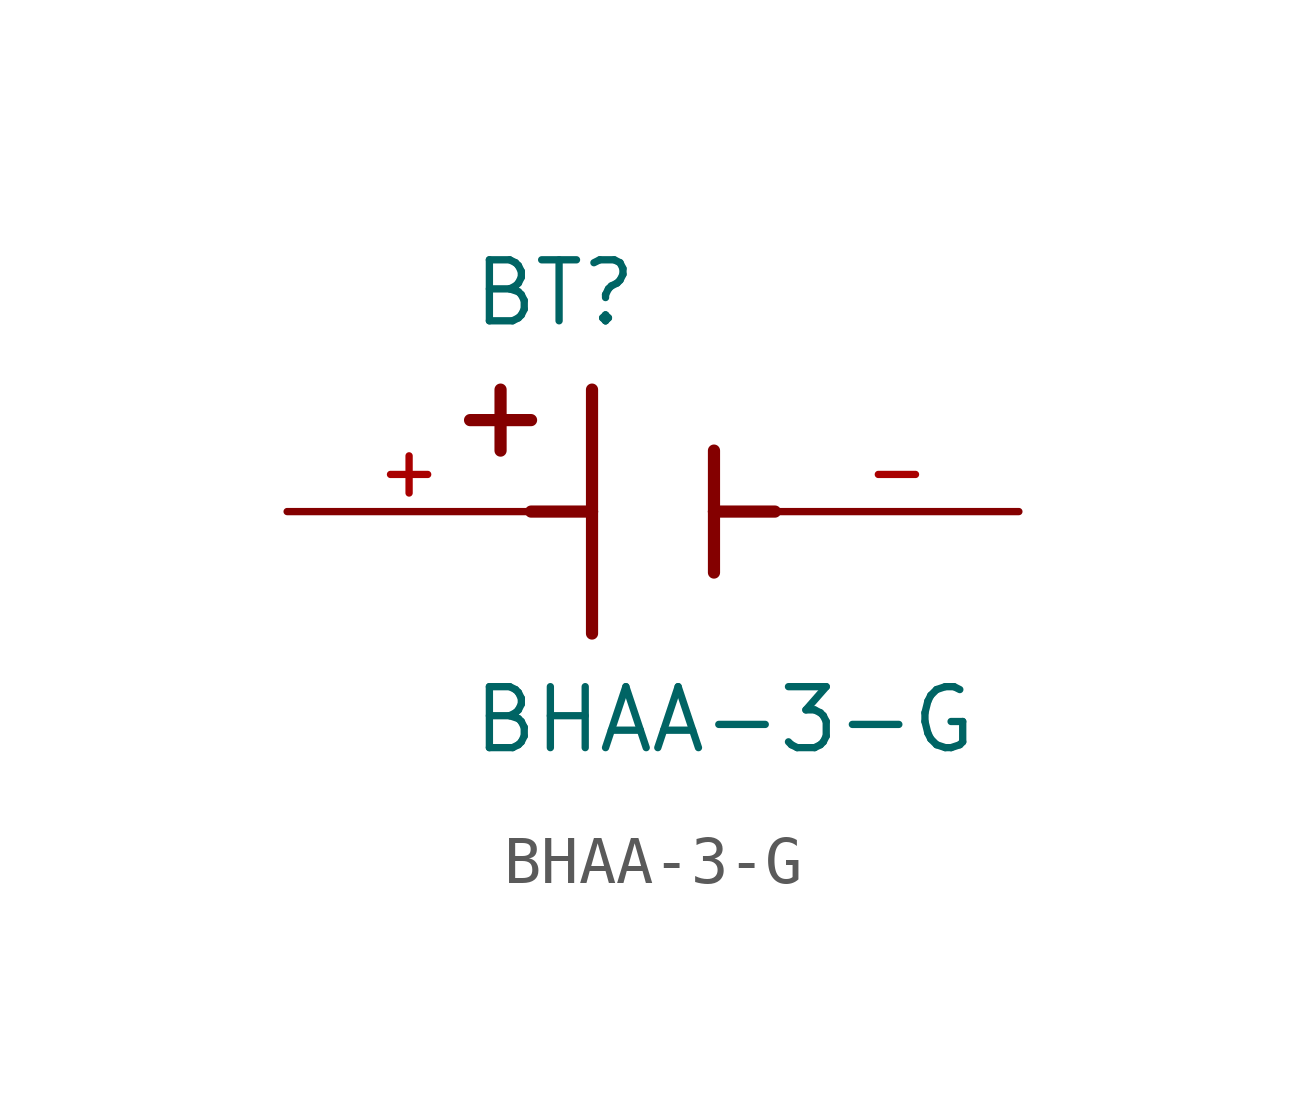
<source format=kicad_sym>
(kicad_symbol_lib
  (version 20211014)
  (generator kicad_symbol_editor)
  (symbol "BHAA-3-G"
    (pin_names
      (offset 1.016))
    (property "Reference" "BT"
      (at -3.81 3.81 0)
      (effects (font (size 1.27 1.27)) (justify bottom left)))
    (property "Value" "BHAA-3-G"
      (at -3.81 -5.08 0)
      (effects (font (size 1.27 1.27)) (justify bottom left)))
    (symbol "BHAA-3-G_0_0"
      (polyline (pts (xy -1.27 2.54) (xy -1.27 0.0)) (stroke (width 0.254)))
      (polyline (pts (xy -1.27 0.0) (xy -1.27 -2.54)) (stroke (width 0.254)))
      (polyline (pts (xy 1.27 1.27) (xy 1.27 0.0)) (stroke (width 0.254)))
      (polyline (pts (xy 1.27 0.0) (xy 1.27 -1.27)) (stroke (width 0.254)))
      (polyline (pts (xy -1.27 0.0) (xy -2.54 0.0)) (stroke (width 0.254)))
      (polyline (pts (xy 1.27 0.0) (xy 2.54 0.0)) (stroke (width 0.254)))
      (polyline (pts (xy -3.175 2.54) (xy -3.175 1.27)) (stroke (width 0.254)))
      (polyline (pts (xy -3.81 1.905) (xy -2.54 1.905)) (stroke (width 0.254)))
      (pin passive line (at -7.62 0.0 0) (length 5.08) (name "~" (effects (font (size 1.016 1.016)))) (number "+" (effects (font (size 1.016 1.016)))))
      (pin passive line (at 7.62 0.0 180.0) (length 5.08) (name "~" (effects (font (size 1.016 1.016)))) (number "-" (effects (font (size 1.016 1.016))))))))
</source>
